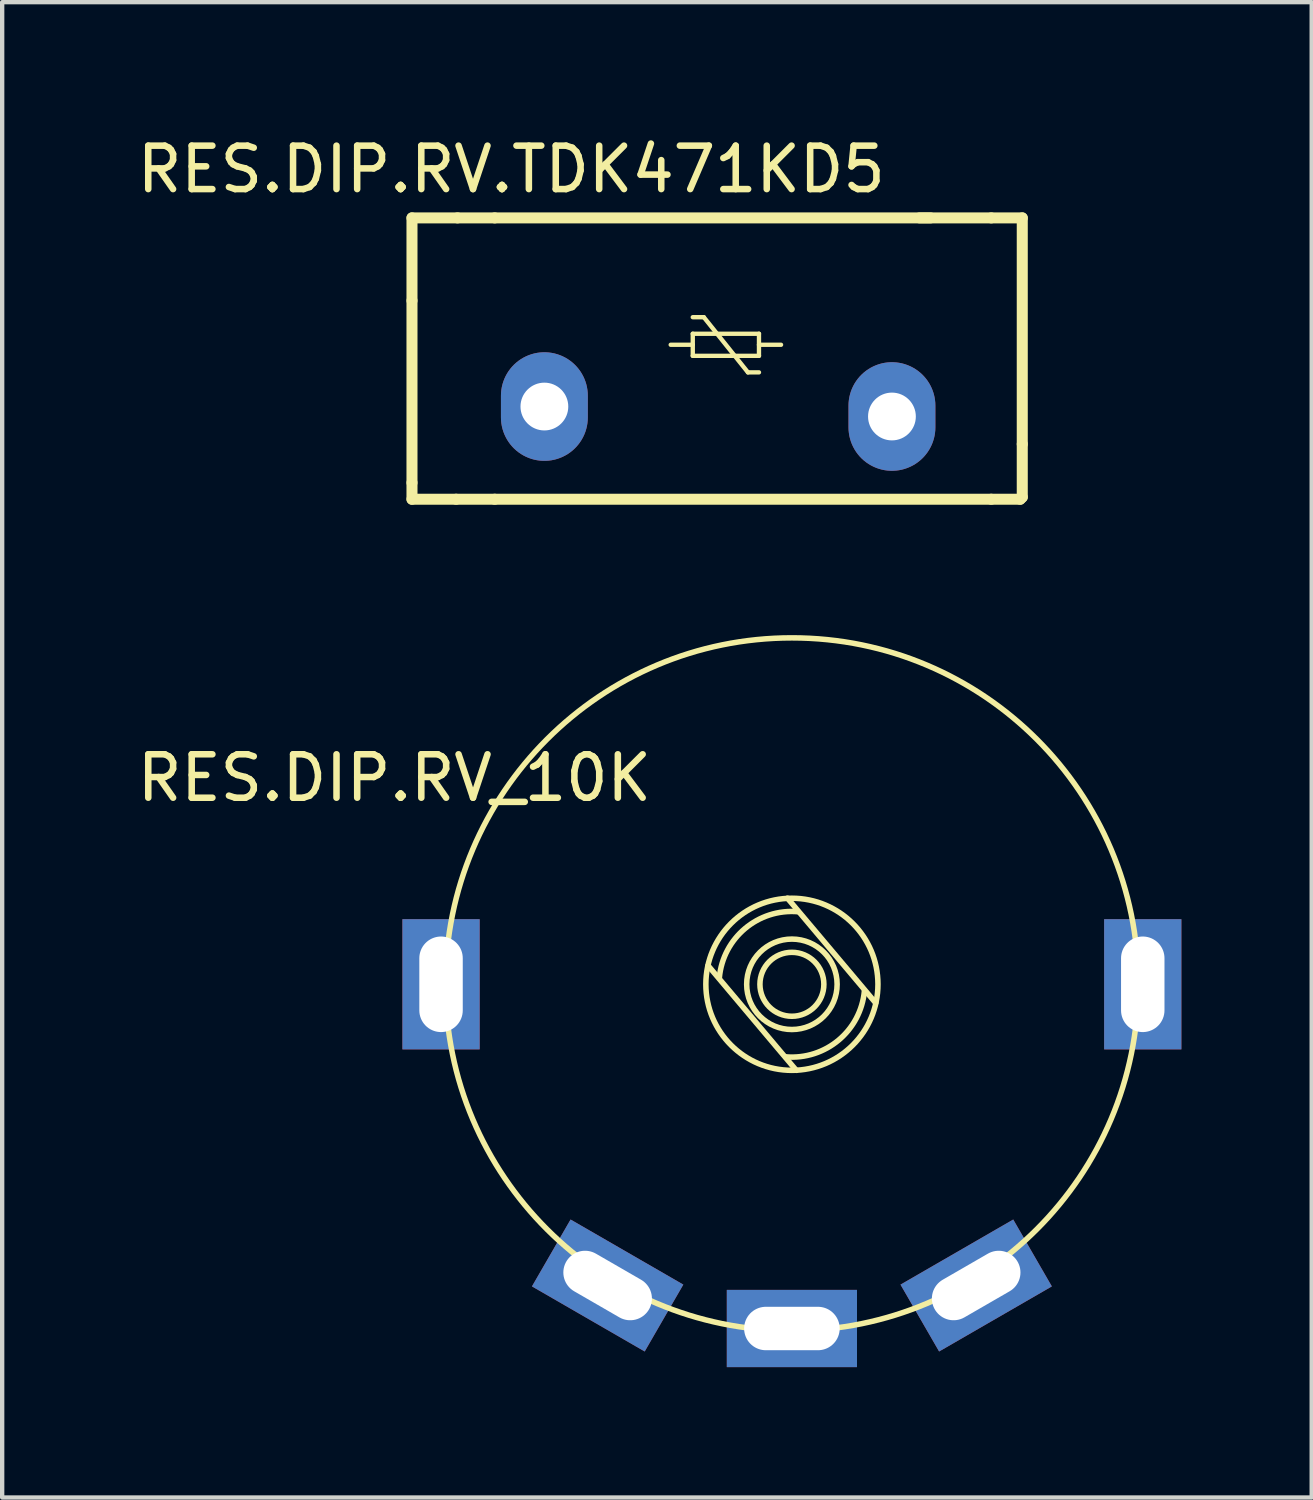
<source format=kicad_pcb>
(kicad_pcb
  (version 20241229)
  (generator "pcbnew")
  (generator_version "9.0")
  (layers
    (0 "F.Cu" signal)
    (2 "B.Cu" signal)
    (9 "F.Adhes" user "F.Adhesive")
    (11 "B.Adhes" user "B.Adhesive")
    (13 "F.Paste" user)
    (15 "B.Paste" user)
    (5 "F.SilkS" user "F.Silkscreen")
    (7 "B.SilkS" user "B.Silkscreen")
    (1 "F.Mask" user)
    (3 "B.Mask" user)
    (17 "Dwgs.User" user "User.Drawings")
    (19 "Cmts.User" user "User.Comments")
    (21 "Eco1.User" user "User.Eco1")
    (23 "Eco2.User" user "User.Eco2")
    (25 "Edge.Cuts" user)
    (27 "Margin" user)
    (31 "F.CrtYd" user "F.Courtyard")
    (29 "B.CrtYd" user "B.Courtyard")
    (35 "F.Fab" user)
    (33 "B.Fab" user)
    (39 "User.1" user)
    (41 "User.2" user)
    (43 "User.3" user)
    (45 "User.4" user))
  (footprint "RES.DIP.RV.TDK471KD5"
    (layer "F.Cu")
    (at 13.419 5.928)
    (property "Reference" "RES.DIP.RV.TDK471KD5" (at -4.699 -5.08 0) (layer "F.SilkS") (effects (font (size 1 1) (thickness 0.15))))
    (attr through_hole)
    (fp_line (start -6.985 -3.962) (end -5.937 -3.962) (stroke (width 0.254) (type solid)) (layer "F.SilkS"))
    (fp_line (start -6.985 -2.057) (end -6.985 -3.962) (stroke (width 0.254) (type solid)) (layer "F.SilkS"))
    (fp_line (start -6.985 2.134) (end -6.985 -2.057) (stroke (width 0.254) (type solid)) (layer "F.SilkS"))
    (fp_line (start -6.985 2.515) (end -6.985 2.134) (stroke (width 0.254) (type solid)) (layer "F.SilkS"))
    (fp_line (start -6.985 2.515) (end -5.969 2.515) (stroke (width 0.254) (type solid)) (layer "F.SilkS"))
    (fp_line (start -5.969 2.515) (end -5.08 2.515) (stroke (width 0.254) (type solid)) (layer "F.SilkS"))
    (fp_line (start -5.937 -3.962) (end -5.08 -3.962) (stroke (width 0.254) (type solid)) (layer "F.SilkS"))
    (fp_line (start -5.08 -3.962) (end 4.953 -3.962) (stroke (width 0.254) (type solid)) (layer "F.SilkS"))
    (fp_line (start -5.08 2.515) (end 6.35 2.515) (stroke (width 0.254) (type solid)) (layer "F.SilkS"))
    (fp_line (start -1.029 -1.041) (end -0.521 -1.041) (stroke (width 0.1) (type solid)) (layer "F.SilkS"))
    (fp_line (start -0.521 -1.676) (end -0.267 -1.676) (stroke (width 0.1) (type solid)) (layer "F.SilkS"))
    (fp_line (start -0.521 -1.295) (end 1.003 -1.295) (stroke (width 0.1) (type solid)) (layer "F.SilkS"))
    (fp_line (start -0.521 -0.787) (end -0.521 -1.295) (stroke (width 0.1) (type solid)) (layer "F.SilkS"))
    (fp_line (start -0.521 -0.787) (end 1.003 -0.787) (stroke (width 0.1) (type solid)) (layer "F.SilkS"))
    (fp_line (start -0.267 -1.676) (end 0.749 -0.406) (stroke (width 0.1) (type solid)) (layer "F.SilkS"))
    (fp_line (start 0.749 -0.406) (end 1.003 -0.406) (stroke (width 0.1) (type solid)) (layer "F.SilkS"))
    (fp_line (start 1.003 -1.295) (end 1.003 -0.787) (stroke (width 0.1) (type solid)) (layer "F.SilkS"))
    (fp_line (start 1.003 -1.041) (end 1.511 -1.041) (stroke (width 0.1) (type solid)) (layer "F.SilkS"))
    (fp_line (start 4.699 -3.962) (end 6.35 -3.962) (stroke (width 0.254) (type solid)) (layer "F.SilkS"))
    (fp_line (start 6.35 -3.962) (end 7.064 -3.962) (stroke (width 0.254) (type solid)) (layer "F.SilkS"))
    (fp_line (start 6.35 2.515) (end 7.016 2.515) (stroke (width 0.254) (type solid)) (layer "F.SilkS"))
    (fp_line (start 7.016 2.515) (end 7.064 2.467) (stroke (width 0.254) (type solid)) (layer "F.SilkS"))
    (fp_line (start 7.064 1.245) (end 7.064 -3.962) (stroke (width 0.254) (type solid)) (layer "F.SilkS"))
    (fp_line (start 7.064 2.467) (end 7.064 1.245) (stroke (width 0.254) (type solid)) (layer "F.SilkS"))
    (pad "1" thru_hole oval (at -3.937 0.381 270) (size 2.5 2) (drill 1.1) (layers "*.Cu" "*.Mask"))
    (pad "2" thru_hole oval (at 4.064 0.61 270) (size 2.5 2) (drill 1.1) (layers "*.Cu" "*.Mask")))
  (footprint "RES.DIP.RV_10K"
    (layer "F.Cu")
    (at 15.129 19.644)
    (property "Reference" "RES.DIP.RV_10K" (at -9.099 -4.785 0) (layer "F.SilkS") (effects (font (size 1 1) (thickness 0.15))))
    (attr through_hole)
    (fp_line (start -1.88 -0.467) (end 0.152 1.946) (stroke (width 0.127) (type solid)) (layer "F.SilkS"))
    (fp_line (start -0.051 -2.017) (end 1.981 0.396) (stroke (width 0.127) (type solid)) (layer "F.SilkS"))
    (fp_arc (start -1.618963 -0.184422) (mid -1.026769 -1.319597) (end 0.193993 -1.705673) (stroke (width 0.127) (type solid)) (layer "F.SilkS"))
    (fp_arc (start 1.720563 0.113622) (mid 1.128369 1.248797) (end -0.092393 1.634873) (stroke (width 0.127) (type solid)) (layer "F.SilkS"))
    (fp_circle (center 0.051 -0.035) (end 0.787 -0.035) (stroke (width 0.127) (type solid)) (fill no) (layer "F.SilkS"))
    (fp_circle (center 0.051 -0.035) (end 1.092 -0.035) (stroke (width 0.127) (type solid)) (fill no) (layer "F.SilkS"))
    (fp_circle (center 0.051 -0.035) (end 2.032 -0.035) (stroke (width 0.127) (type solid)) (fill no) (layer "F.SilkS"))
    (fp_circle (center 0.051 -0.035) (end 8.026 -0.035) (stroke (width 0.127) (type solid)) (fill no) (layer "F.SilkS"))
    (pad "1" thru_hole rect (at -4.191 6.899 150) (size 2.997 1.778) (drill oval 2.2 1) (layers "*.Cu" "*.Mask"))
    (pad "2" thru_hole rect (at 0.051 7.889) (size 2.997 1.778) (drill oval 2.2 1) (layers "*.Cu" "*.Mask"))
    (pad "3" thru_hole rect (at 4.293 6.899 120) (size 1.778 2.997) (drill oval 1 2.2) (layers "*.Cu" "*.Mask"))
    (pad "4" thru_hole rect (at -8.026 -0.035) (size 1.778 2.997) (drill oval 1 2.2) (layers "*.Cu" "*.Mask"))
    (pad "5" thru_hole rect (at 8.128 -0.035) (size 1.778 2.997) (drill oval 1 2.2) (layers "*.Cu" "*.Mask")))
  (gr_rect
    (start -3 -3)
    (end 27.146 31.423)
    (stroke (width 0.1) (type default))
    (fill no)
    (layer "Edge.Cuts")))
</source>
